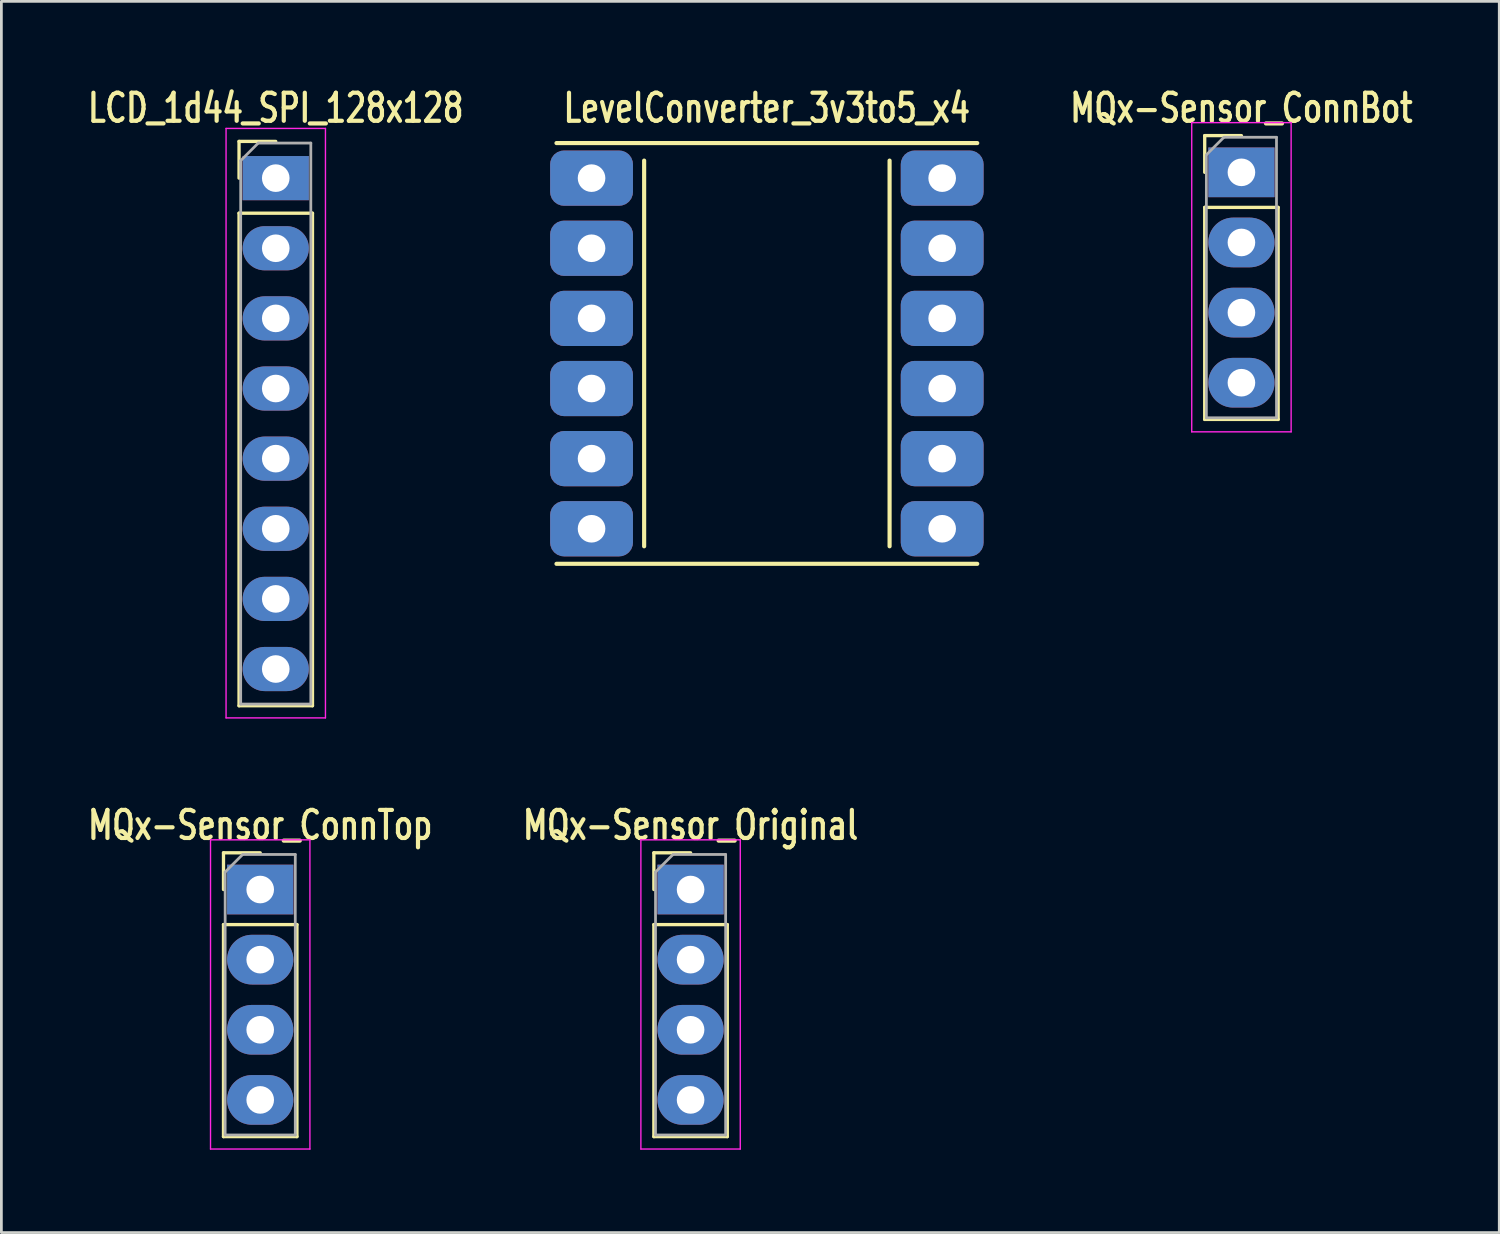
<source format=kicad_pcb>
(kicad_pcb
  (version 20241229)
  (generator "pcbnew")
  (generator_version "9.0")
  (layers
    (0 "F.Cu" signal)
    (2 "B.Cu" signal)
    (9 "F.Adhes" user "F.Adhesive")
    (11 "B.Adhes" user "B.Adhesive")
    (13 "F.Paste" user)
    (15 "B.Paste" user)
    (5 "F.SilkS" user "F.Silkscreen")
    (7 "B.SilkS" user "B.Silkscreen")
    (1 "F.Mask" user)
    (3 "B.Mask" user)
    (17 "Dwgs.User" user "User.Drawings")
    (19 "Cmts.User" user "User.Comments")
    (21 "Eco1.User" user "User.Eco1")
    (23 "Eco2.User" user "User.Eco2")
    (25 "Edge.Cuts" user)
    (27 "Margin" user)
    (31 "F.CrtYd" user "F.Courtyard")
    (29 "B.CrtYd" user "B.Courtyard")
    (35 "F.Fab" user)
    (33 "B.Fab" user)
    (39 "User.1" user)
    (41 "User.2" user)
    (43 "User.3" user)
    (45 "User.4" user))
  (footprint "LevelConverter_3v3to5_x4"
    (layer "F.Cu")
    (at 24.726 9.752)
    (property "Reference" "LevelConverter_3v3to5_x4" (at 0 -8.89 0) (layer "F.SilkS") (effects (font (size 1.016 0.762) (thickness 0.152))))
    (attr through_hole)
    (fp_line (start -7.62 -7.62) (end 7.62 -7.62) (stroke (width 0.15) (type solid)) (layer "F.SilkS"))
    (fp_line (start -7.62 7.62) (end 7.62 7.62) (stroke (width 0.15) (type solid)) (layer "F.SilkS"))
    (fp_line (start -4.445 -6.985) (end -4.445 6.985) (stroke (width 0.15) (type solid)) (layer "F.SilkS"))
    (fp_line (start 4.445 -6.985) (end 4.445 6.985) (stroke (width 0.15) (type solid)) (layer "F.SilkS"))
    (pad "1a" thru_hole roundrect (at -6.35 -6.35) (size 3 2) (drill 1) (layers "*.Cu" "*.Mask") (roundrect_rratio 0.25))
    (pad "1b" thru_hole roundrect (at 6.35 -6.35) (size 3 2) (drill 1) (layers "*.Cu" "*.Mask") (roundrect_rratio 0.25))
    (pad "2a" thru_hole roundrect (at -6.35 -3.81) (size 3 2) (drill 1) (layers "*.Cu" "*.Mask") (roundrect_rratio 0.25))
    (pad "2b" thru_hole roundrect (at 6.35 -3.81) (size 3 2) (drill 1) (layers "*.Cu" "*.Mask") (roundrect_rratio 0.25))
    (pad "3a" thru_hole roundrect (at -6.35 -1.27) (size 3 2) (drill 1) (layers "*.Cu" "*.Mask") (roundrect_rratio 0.25))
    (pad "3b" thru_hole roundrect (at 6.35 -1.27) (size 3 2) (drill 1) (layers "*.Cu" "*.Mask") (roundrect_rratio 0.25))
    (pad "4a" thru_hole roundrect (at -6.35 1.27) (size 3 2) (drill 1) (layers "*.Cu" "*.Mask") (roundrect_rratio 0.25))
    (pad "4b" thru_hole roundrect (at 6.35 1.27) (size 3 2) (drill 1) (layers "*.Cu" "*.Mask") (roundrect_rratio 0.25))
    (pad "5a" thru_hole roundrect (at -6.35 3.81) (size 3 2) (drill 1) (layers "*.Cu" "*.Mask") (roundrect_rratio 0.25))
    (pad "5b" thru_hole roundrect (at 6.35 3.81) (size 3 2) (drill 1) (layers "*.Cu" "*.Mask") (roundrect_rratio 0.25))
    (pad "6a" thru_hole roundrect (at -6.35 6.35) (size 3 2) (drill 1) (layers "*.Cu" "*.Mask") (roundrect_rratio 0.25))
    (pad "6b" thru_hole roundrect (at 6.35 6.35) (size 3 2) (drill 1) (layers "*.Cu" "*.Mask") (roundrect_rratio 0.25)))
  (footprint "MQx-Sensor_ConnTop"
    (layer "F.Cu")
    (at 6.375 29.169)
    (property "Reference" "MQx-Sensor_ConnTop" (at 0 -2.33 0) (layer "F.SilkS") (effects (font (size 1.016 0.762) (thickness 0.152))))
    (attr through_hole)
    (fp_line (start -1.33 -1.33) (end 0 -1.33) (stroke (width 0.12) (type solid)) (layer "F.SilkS"))
    (fp_line (start -1.33 0) (end -1.33 -1.33) (stroke (width 0.12) (type solid)) (layer "F.SilkS"))
    (fp_line (start -1.33 1.27) (end -1.33 8.95) (stroke (width 0.12) (type solid)) (layer "F.SilkS"))
    (fp_line (start -1.33 1.27) (end 1.33 1.27) (stroke (width 0.12) (type solid)) (layer "F.SilkS"))
    (fp_line (start -1.33 8.95) (end 1.33 8.95) (stroke (width 0.12) (type solid)) (layer "F.SilkS"))
    (fp_line (start 1.33 1.27) (end 1.33 8.95) (stroke (width 0.12) (type solid)) (layer "F.SilkS"))
    (fp_line (start -1.8 -1.8) (end -1.8 9.4) (stroke (width 0.05) (type solid)) (layer "F.CrtYd"))
    (fp_line (start -1.8 9.4) (end 1.8 9.4) (stroke (width 0.05) (type solid)) (layer "F.CrtYd"))
    (fp_line (start 1.8 -1.8) (end -1.8 -1.8) (stroke (width 0.05) (type solid)) (layer "F.CrtYd"))
    (fp_line (start 1.8 9.4) (end 1.8 -1.8) (stroke (width 0.05) (type solid)) (layer "F.CrtYd"))
    (fp_line (start -1.27 -0.635) (end -0.635 -1.27) (stroke (width 0.1) (type solid)) (layer "F.Fab"))
    (fp_line (start -1.27 8.89) (end -1.27 -0.635) (stroke (width 0.1) (type solid)) (layer "F.Fab"))
    (fp_line (start -0.635 -1.27) (end 1.27 -1.27) (stroke (width 0.1) (type solid)) (layer "F.Fab"))
    (fp_line (start 1.27 -1.27) (end 1.27 8.89) (stroke (width 0.1) (type solid)) (layer "F.Fab"))
    (fp_line (start 1.27 8.89) (end -1.27 8.89) (stroke (width 0.1) (type solid)) (layer "F.Fab"))
    (pad "1" thru_hole rect (at 0 0) (size 2.4 1.8) (drill 1) (layers "*.Cu" "*.Mask"))
    (pad "2" thru_hole oval (at 0 2.54) (size 2.4 1.8) (drill 1) (layers "*.Cu" "*.Mask"))
    (pad "3" thru_hole oval (at 0 5.08) (size 2.4 1.8) (drill 1) (layers "*.Cu" "*.Mask"))
    (pad "4" thru_hole oval (at 0 7.62) (size 2.4 1.8) (drill 1) (layers "*.Cu" "*.Mask")))
  (footprint "LCD_1d44_SPI_128x128"
    (layer "F.Cu")
    (at 6.938 12.292)
    (property "Reference" "LCD_1d44_SPI_128x128" (at 0 -11.43 0) (layer "F.SilkS") (effects (font (size 1.016 0.762) (thickness 0.152))))
    (attr through_hole)
    (fp_line (start -1.33 -10.22) (end 0 -10.22) (stroke (width 0.12) (type solid)) (layer "F.SilkS"))
    (fp_line (start -1.33 -8.89) (end -1.33 -10.22) (stroke (width 0.12) (type solid)) (layer "F.SilkS"))
    (fp_line (start -1.33 -7.62) (end -1.33 10.22) (stroke (width 0.12) (type solid)) (layer "F.SilkS"))
    (fp_line (start -1.33 -7.62) (end 1.33 -7.62) (stroke (width 0.12) (type solid)) (layer "F.SilkS"))
    (fp_line (start -1.33 10.22) (end 1.33 10.22) (stroke (width 0.12) (type solid)) (layer "F.SilkS"))
    (fp_line (start 1.33 -7.62) (end 1.33 10.22) (stroke (width 0.12) (type solid)) (layer "F.SilkS"))
    (fp_line (start -1.8 -10.69) (end -1.8 10.66) (stroke (width 0.05) (type solid)) (layer "F.CrtYd"))
    (fp_line (start -1.8 10.66) (end 1.8 10.66) (stroke (width 0.05) (type solid)) (layer "F.CrtYd"))
    (fp_line (start 1.8 -10.69) (end -1.8 -10.69) (stroke (width 0.05) (type solid)) (layer "F.CrtYd"))
    (fp_line (start 1.8 10.66) (end 1.8 -10.69) (stroke (width 0.05) (type solid)) (layer "F.CrtYd"))
    (fp_line (start -1.27 -9.525) (end -0.635 -10.16) (stroke (width 0.1) (type solid)) (layer "F.Fab"))
    (fp_line (start -1.27 10.16) (end -1.27 -9.525) (stroke (width 0.1) (type solid)) (layer "F.Fab"))
    (fp_line (start -0.635 -10.16) (end 1.27 -10.16) (stroke (width 0.1) (type solid)) (layer "F.Fab"))
    (fp_line (start 1.27 -10.16) (end 1.27 10.16) (stroke (width 0.1) (type solid)) (layer "F.Fab"))
    (fp_line (start 1.27 10.16) (end -1.27 10.16) (stroke (width 0.1) (type solid)) (layer "F.Fab"))
    (pad "1" thru_hole rect (at 0 -8.89) (size 2.4 1.6) (drill 1) (layers "*.Cu" "*.Mask"))
    (pad "2" thru_hole oval (at 0 -6.35) (size 2.4 1.6) (drill 1) (layers "*.Cu" "*.Mask"))
    (pad "3" thru_hole oval (at 0 -3.81) (size 2.4 1.6) (drill 1) (layers "*.Cu" "*.Mask"))
    (pad "4" thru_hole oval (at 0 -1.27) (size 2.4 1.6) (drill 1) (layers "*.Cu" "*.Mask"))
    (pad "5" thru_hole oval (at 0 1.27) (size 2.4 1.6) (drill 1) (layers "*.Cu" "*.Mask"))
    (pad "6" thru_hole oval (at 0 3.81) (size 2.4 1.6) (drill 1) (layers "*.Cu" "*.Mask"))
    (pad "7" thru_hole oval (at 0 6.35) (size 2.4 1.6) (drill 1) (layers "*.Cu" "*.Mask"))
    (pad "8" thru_hole oval (at 0 8.89) (size 2.4 1.6) (drill 1) (layers "*.Cu" "*.Mask")))
  (footprint "MQx-Sensor_ConnBot"
    (layer "F.Cu")
    (at 41.915 3.192)
    (property "Reference" "MQx-Sensor_ConnBot" (at 0 -2.33 0) (layer "F.SilkS") (effects (font (size 1.016 0.762) (thickness 0.152))))
    (attr through_hole)
    (fp_line (start -1.33 -1.33) (end 0 -1.33) (stroke (width 0.12) (type solid)) (layer "F.SilkS"))
    (fp_line (start -1.33 0) (end -1.33 -1.33) (stroke (width 0.12) (type solid)) (layer "F.SilkS"))
    (fp_line (start -1.33 1.27) (end -1.33 8.95) (stroke (width 0.12) (type solid)) (layer "F.SilkS"))
    (fp_line (start -1.33 1.27) (end 1.33 1.27) (stroke (width 0.12) (type solid)) (layer "F.SilkS"))
    (fp_line (start -1.33 8.95) (end 1.33 8.95) (stroke (width 0.12) (type solid)) (layer "F.SilkS"))
    (fp_line (start 1.33 1.27) (end 1.33 8.95) (stroke (width 0.12) (type solid)) (layer "F.SilkS"))
    (fp_line (start -1.8 -1.8) (end -1.8 9.4) (stroke (width 0.05) (type solid)) (layer "F.CrtYd"))
    (fp_line (start -1.8 9.4) (end 1.8 9.4) (stroke (width 0.05) (type solid)) (layer "F.CrtYd"))
    (fp_line (start 1.8 -1.8) (end -1.8 -1.8) (stroke (width 0.05) (type solid)) (layer "F.CrtYd"))
    (fp_line (start 1.8 9.4) (end 1.8 -1.8) (stroke (width 0.05) (type solid)) (layer "F.CrtYd"))
    (fp_line (start -1.27 -0.635) (end -0.635 -1.27) (stroke (width 0.1) (type solid)) (layer "F.Fab"))
    (fp_line (start -1.27 8.89) (end -1.27 -0.635) (stroke (width 0.1) (type solid)) (layer "F.Fab"))
    (fp_line (start -0.635 -1.27) (end 1.27 -1.27) (stroke (width 0.1) (type solid)) (layer "F.Fab"))
    (fp_line (start 1.27 -1.27) (end 1.27 8.89) (stroke (width 0.1) (type solid)) (layer "F.Fab"))
    (fp_line (start 1.27 8.89) (end -1.27 8.89) (stroke (width 0.1) (type solid)) (layer "F.Fab"))
    (pad "1" thru_hole rect (at 0 0) (size 2.4 1.8) (drill 1) (layers "*.Cu" "*.Mask"))
    (pad "2" thru_hole oval (at 0 2.54) (size 2.4 1.8) (drill 1) (layers "*.Cu" "*.Mask"))
    (pad "3" thru_hole oval (at 0 5.08) (size 2.4 1.8) (drill 1) (layers "*.Cu" "*.Mask"))
    (pad "4" thru_hole oval (at 0 7.62) (size 2.4 1.8) (drill 1) (layers "*.Cu" "*.Mask")))
  (footprint "MQx-Sensor_Original"
    (layer "F.Cu")
    (at 21.963 29.169)
    (property "Reference" "MQx-Sensor_Original" (at 0 -2.33 0) (layer "F.SilkS") (effects (font (size 1.016 0.762) (thickness 0.152))))
    (attr through_hole)
    (fp_line (start -1.33 -1.33) (end 0 -1.33) (stroke (width 0.12) (type solid)) (layer "F.SilkS"))
    (fp_line (start -1.33 0) (end -1.33 -1.33) (stroke (width 0.12) (type solid)) (layer "F.SilkS"))
    (fp_line (start -1.33 1.27) (end -1.33 8.95) (stroke (width 0.12) (type solid)) (layer "F.SilkS"))
    (fp_line (start -1.33 1.27) (end 1.33 1.27) (stroke (width 0.12) (type solid)) (layer "F.SilkS"))
    (fp_line (start -1.33 8.95) (end 1.33 8.95) (stroke (width 0.12) (type solid)) (layer "F.SilkS"))
    (fp_line (start 1.33 1.27) (end 1.33 8.95) (stroke (width 0.12) (type solid)) (layer "F.SilkS"))
    (fp_line (start -1.8 -1.8) (end -1.8 9.4) (stroke (width 0.05) (type solid)) (layer "F.CrtYd"))
    (fp_line (start -1.8 9.4) (end 1.8 9.4) (stroke (width 0.05) (type solid)) (layer "F.CrtYd"))
    (fp_line (start 1.8 -1.8) (end -1.8 -1.8) (stroke (width 0.05) (type solid)) (layer "F.CrtYd"))
    (fp_line (start 1.8 9.4) (end 1.8 -1.8) (stroke (width 0.05) (type solid)) (layer "F.CrtYd"))
    (fp_line (start -1.27 -0.635) (end -0.635 -1.27) (stroke (width 0.1) (type solid)) (layer "F.Fab"))
    (fp_line (start -1.27 8.89) (end -1.27 -0.635) (stroke (width 0.1) (type solid)) (layer "F.Fab"))
    (fp_line (start -0.635 -1.27) (end 1.27 -1.27) (stroke (width 0.1) (type solid)) (layer "F.Fab"))
    (fp_line (start 1.27 -1.27) (end 1.27 8.89) (stroke (width 0.1) (type solid)) (layer "F.Fab"))
    (fp_line (start 1.27 8.89) (end -1.27 8.89) (stroke (width 0.1) (type solid)) (layer "F.Fab"))
    (pad "1" thru_hole rect (at 0 0) (size 2.4 1.8) (drill 1) (layers "*.Cu" "*.Mask"))
    (pad "2" thru_hole oval (at 0 2.54) (size 2.4 1.8) (drill 1) (layers "*.Cu" "*.Mask"))
    (pad "3" thru_hole oval (at 0 5.08) (size 2.4 1.8) (drill 1) (layers "*.Cu" "*.Mask"))
    (pad "4" thru_hole oval (at 0 7.62) (size 2.4 1.8) (drill 1) (layers "*.Cu" "*.Mask")))
  (gr_rect
    (start -3 -3)
    (end 51.254 41.594)
    (stroke (width 0.1) (type default))
    (fill no)
    (layer "Edge.Cuts")))
</source>
